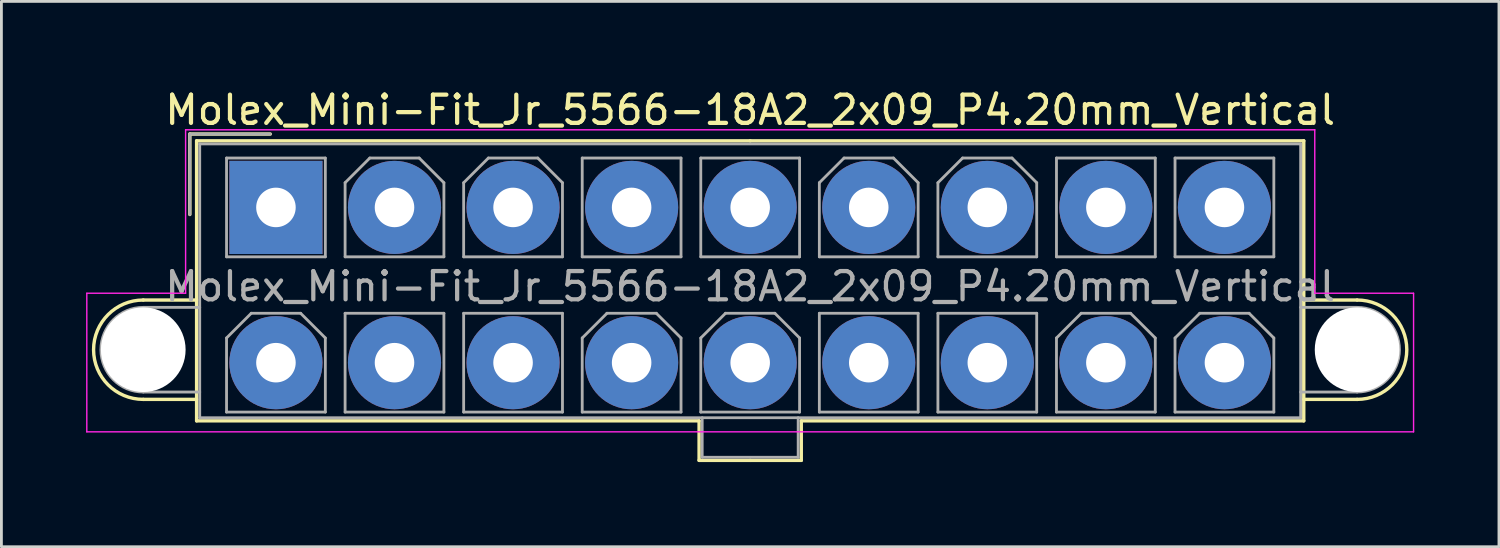
<source format=kicad_pcb>
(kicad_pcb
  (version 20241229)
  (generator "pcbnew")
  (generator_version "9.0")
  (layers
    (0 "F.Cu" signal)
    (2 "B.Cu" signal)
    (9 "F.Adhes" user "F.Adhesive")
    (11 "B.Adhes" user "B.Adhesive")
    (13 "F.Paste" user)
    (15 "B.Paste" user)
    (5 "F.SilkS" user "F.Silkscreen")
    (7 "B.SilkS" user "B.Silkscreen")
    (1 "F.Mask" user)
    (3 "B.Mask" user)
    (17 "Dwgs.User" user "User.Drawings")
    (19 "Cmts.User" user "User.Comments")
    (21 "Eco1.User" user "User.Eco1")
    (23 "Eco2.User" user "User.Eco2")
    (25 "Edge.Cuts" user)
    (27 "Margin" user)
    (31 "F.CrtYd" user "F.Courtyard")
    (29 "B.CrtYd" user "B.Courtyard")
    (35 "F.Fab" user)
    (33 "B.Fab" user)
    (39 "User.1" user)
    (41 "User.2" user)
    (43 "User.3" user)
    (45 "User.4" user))
  (footprint "Molex_Mini-Fit_Jr_5566-18A2_2x09_P4.20mm_Vertical"
    (layer "F.Cu")
    (at 6.725 4.298)
    (property "Reference" "Molex_Mini-Fit_Jr_5566-18A2_2x09_P4.20mm_Vertical" (at 16.8 -3.45 0) (layer "F.SilkS") (effects (font (size 1 1) (thickness 0.15))))
    (attr through_hole)
    (fp_line (start -4.7 3.28) (end -2.81 3.28) (stroke (width 0.12) (type solid)) (layer "F.SilkS"))
    (fp_line (start -4.7 6.8) (end -2.81 6.8) (stroke (width 0.12) (type solid)) (layer "F.SilkS"))
    (fp_line (start -3.05 -2.6) (end -3.05 0.25) (stroke (width 0.12) (type solid)) (layer "F.SilkS"))
    (fp_line (start -2.81 -2.36) (end -2.81 7.56) (stroke (width 0.12) (type solid)) (layer "F.SilkS"))
    (fp_line (start -2.81 7.56) (end 14.99 7.56) (stroke (width 0.12) (type solid)) (layer "F.SilkS"))
    (fp_line (start -0.2 -2.6) (end -3.05 -2.6) (stroke (width 0.12) (type solid)) (layer "F.SilkS"))
    (fp_line (start 14.99 7.56) (end 14.99 8.96) (stroke (width 0.12) (type solid)) (layer "F.SilkS"))
    (fp_line (start 14.99 8.96) (end 16.8 8.96) (stroke (width 0.12) (type solid)) (layer "F.SilkS"))
    (fp_line (start 16.8 -2.36) (end -2.81 -2.36) (stroke (width 0.12) (type solid)) (layer "F.SilkS"))
    (fp_line (start 16.8 -2.36) (end 36.41 -2.36) (stroke (width 0.12) (type solid)) (layer "F.SilkS"))
    (fp_line (start 18.61 7.56) (end 18.61 8.96) (stroke (width 0.12) (type solid)) (layer "F.SilkS"))
    (fp_line (start 18.61 8.96) (end 16.8 8.96) (stroke (width 0.12) (type solid)) (layer "F.SilkS"))
    (fp_line (start 36.41 -2.36) (end 36.41 7.56) (stroke (width 0.12) (type solid)) (layer "F.SilkS"))
    (fp_line (start 36.41 7.56) (end 18.61 7.56) (stroke (width 0.12) (type solid)) (layer "F.SilkS"))
    (fp_line (start 38.3 3.28) (end 36.41 3.28) (stroke (width 0.12) (type solid)) (layer "F.SilkS"))
    (fp_line (start 38.3 6.8) (end 36.41 6.8) (stroke (width 0.12) (type solid)) (layer "F.SilkS"))
    (fp_arc (start -4.7 6.8) (mid -6.46 5.04) (end -4.7 3.28) (stroke (width 0.12) (type solid)) (layer "F.SilkS"))
    (fp_arc (start 38.3 3.28) (mid 40.06 5.04) (end 38.3 6.8) (stroke (width 0.12) (type solid)) (layer "F.SilkS"))
    (fp_line (start -6.7 3.04) (end -6.7 7.95) (stroke (width 0.05) (type solid)) (layer "F.CrtYd"))
    (fp_line (start -6.7 7.95) (end 40.3 7.95) (stroke (width 0.05) (type solid)) (layer "F.CrtYd"))
    (fp_line (start -3.2 -2.75) (end -3.2 3.04) (stroke (width 0.05) (type solid)) (layer "F.CrtYd"))
    (fp_line (start -3.2 3.04) (end -6.7 3.04) (stroke (width 0.05) (type solid)) (layer "F.CrtYd"))
    (fp_line (start 36.8 -2.75) (end -3.2 -2.75) (stroke (width 0.05) (type solid)) (layer "F.CrtYd"))
    (fp_line (start 36.8 3.04) (end 36.8 -2.75) (stroke (width 0.05) (type solid)) (layer "F.CrtYd"))
    (fp_line (start 40.3 3.04) (end 36.8 3.04) (stroke (width 0.05) (type solid)) (layer "F.CrtYd"))
    (fp_line (start 40.3 7.95) (end 40.3 3.04) (stroke (width 0.05) (type solid)) (layer "F.CrtYd"))
    (fp_line (start -4.7 3.54) (end -2.7 3.54) (stroke (width 0.1) (type solid)) (layer "F.Fab"))
    (fp_line (start -4.7 6.54) (end -2.7 6.54) (stroke (width 0.1) (type solid)) (layer "F.Fab"))
    (fp_line (start -3.05 -2.6) (end -3.05 0.25) (stroke (width 0.1) (type solid)) (layer "F.Fab"))
    (fp_line (start -2.7 -2.25) (end -2.7 7.45) (stroke (width 0.1) (type solid)) (layer "F.Fab"))
    (fp_line (start -2.7 7.45) (end 36.3 7.45) (stroke (width 0.1) (type solid)) (layer "F.Fab"))
    (fp_line (start -1.75 -1.75) (end -1.75 1.75) (stroke (width 0.1) (type solid)) (layer "F.Fab"))
    (fp_line (start -1.75 1.75) (end 1.75 1.75) (stroke (width 0.1) (type solid)) (layer "F.Fab"))
    (fp_line (start -1.75 4.625) (end -0.875 3.75) (stroke (width 0.1) (type solid)) (layer "F.Fab"))
    (fp_line (start -1.75 7.25) (end -1.75 4.625) (stroke (width 0.1) (type solid)) (layer "F.Fab"))
    (fp_line (start -0.875 3.75) (end 0.875 3.75) (stroke (width 0.1) (type solid)) (layer "F.Fab"))
    (fp_line (start -0.2 -2.6) (end -3.05 -2.6) (stroke (width 0.1) (type solid)) (layer "F.Fab"))
    (fp_line (start 0.875 3.75) (end 1.75 4.625) (stroke (width 0.1) (type solid)) (layer "F.Fab"))
    (fp_line (start 1.75 -1.75) (end -1.75 -1.75) (stroke (width 0.1) (type solid)) (layer "F.Fab"))
    (fp_line (start 1.75 1.75) (end 1.75 -1.75) (stroke (width 0.1) (type solid)) (layer "F.Fab"))
    (fp_line (start 1.75 4.625) (end 1.75 7.25) (stroke (width 0.1) (type solid)) (layer "F.Fab"))
    (fp_line (start 1.75 7.25) (end -1.75 7.25) (stroke (width 0.1) (type solid)) (layer "F.Fab"))
    (fp_line (start 2.45 -0.875) (end 3.325 -1.75) (stroke (width 0.1) (type solid)) (layer "F.Fab"))
    (fp_line (start 2.45 1.75) (end 2.45 -0.875) (stroke (width 0.1) (type solid)) (layer "F.Fab"))
    (fp_line (start 2.45 3.75) (end 2.45 7.25) (stroke (width 0.1) (type solid)) (layer "F.Fab"))
    (fp_line (start 2.45 7.25) (end 5.95 7.25) (stroke (width 0.1) (type solid)) (layer "F.Fab"))
    (fp_line (start 3.325 -1.75) (end 5.075 -1.75) (stroke (width 0.1) (type solid)) (layer "F.Fab"))
    (fp_line (start 5.075 -1.75) (end 5.95 -0.875) (stroke (width 0.1) (type solid)) (layer "F.Fab"))
    (fp_line (start 5.95 -0.875) (end 5.95 1.75) (stroke (width 0.1) (type solid)) (layer "F.Fab"))
    (fp_line (start 5.95 1.75) (end 2.45 1.75) (stroke (width 0.1) (type solid)) (layer "F.Fab"))
    (fp_line (start 5.95 3.75) (end 2.45 3.75) (stroke (width 0.1) (type solid)) (layer "F.Fab"))
    (fp_line (start 5.95 7.25) (end 5.95 3.75) (stroke (width 0.1) (type solid)) (layer "F.Fab"))
    (fp_line (start 6.65 -0.875) (end 7.525 -1.75) (stroke (width 0.1) (type solid)) (layer "F.Fab"))
    (fp_line (start 6.65 1.75) (end 6.65 -0.875) (stroke (width 0.1) (type solid)) (layer "F.Fab"))
    (fp_line (start 6.65 3.75) (end 6.65 7.25) (stroke (width 0.1) (type solid)) (layer "F.Fab"))
    (fp_line (start 6.65 7.25) (end 10.15 7.25) (stroke (width 0.1) (type solid)) (layer "F.Fab"))
    (fp_line (start 7.525 -1.75) (end 9.275 -1.75) (stroke (width 0.1) (type solid)) (layer "F.Fab"))
    (fp_line (start 9.275 -1.75) (end 10.15 -0.875) (stroke (width 0.1) (type solid)) (layer "F.Fab"))
    (fp_line (start 10.15 -0.875) (end 10.15 1.75) (stroke (width 0.1) (type solid)) (layer "F.Fab"))
    (fp_line (start 10.15 1.75) (end 6.65 1.75) (stroke (width 0.1) (type solid)) (layer "F.Fab"))
    (fp_line (start 10.15 3.75) (end 6.65 3.75) (stroke (width 0.1) (type solid)) (layer "F.Fab"))
    (fp_line (start 10.15 7.25) (end 10.15 3.75) (stroke (width 0.1) (type solid)) (layer "F.Fab"))
    (fp_line (start 10.85 -1.75) (end 10.85 1.75) (stroke (width 0.1) (type solid)) (layer "F.Fab"))
    (fp_line (start 10.85 1.75) (end 14.35 1.75) (stroke (width 0.1) (type solid)) (layer "F.Fab"))
    (fp_line (start 10.85 4.625) (end 11.725 3.75) (stroke (width 0.1) (type solid)) (layer "F.Fab"))
    (fp_line (start 10.85 7.25) (end 10.85 4.625) (stroke (width 0.1) (type solid)) (layer "F.Fab"))
    (fp_line (start 11.725 3.75) (end 13.475 3.75) (stroke (width 0.1) (type solid)) (layer "F.Fab"))
    (fp_line (start 13.475 3.75) (end 14.35 4.625) (stroke (width 0.1) (type solid)) (layer "F.Fab"))
    (fp_line (start 14.35 -1.75) (end 10.85 -1.75) (stroke (width 0.1) (type solid)) (layer "F.Fab"))
    (fp_line (start 14.35 1.75) (end 14.35 -1.75) (stroke (width 0.1) (type solid)) (layer "F.Fab"))
    (fp_line (start 14.35 4.625) (end 14.35 7.25) (stroke (width 0.1) (type solid)) (layer "F.Fab"))
    (fp_line (start 14.35 7.25) (end 10.85 7.25) (stroke (width 0.1) (type solid)) (layer "F.Fab"))
    (fp_line (start 15.05 -1.75) (end 15.05 1.75) (stroke (width 0.1) (type solid)) (layer "F.Fab"))
    (fp_line (start 15.05 1.75) (end 18.55 1.75) (stroke (width 0.1) (type solid)) (layer "F.Fab"))
    (fp_line (start 15.05 4.625) (end 15.925 3.75) (stroke (width 0.1) (type solid)) (layer "F.Fab"))
    (fp_line (start 15.05 7.25) (end 15.05 4.625) (stroke (width 0.1) (type solid)) (layer "F.Fab"))
    (fp_line (start 15.1 7.45) (end 15.1 8.85) (stroke (width 0.1) (type solid)) (layer "F.Fab"))
    (fp_line (start 15.1 8.85) (end 18.5 8.85) (stroke (width 0.1) (type solid)) (layer "F.Fab"))
    (fp_line (start 15.925 3.75) (end 17.675 3.75) (stroke (width 0.1) (type solid)) (layer "F.Fab"))
    (fp_line (start 17.675 3.75) (end 18.55 4.625) (stroke (width 0.1) (type solid)) (layer "F.Fab"))
    (fp_line (start 18.5 8.85) (end 18.5 7.45) (stroke (width 0.1) (type solid)) (layer "F.Fab"))
    (fp_line (start 18.55 -1.75) (end 15.05 -1.75) (stroke (width 0.1) (type solid)) (layer "F.Fab"))
    (fp_line (start 18.55 1.75) (end 18.55 -1.75) (stroke (width 0.1) (type solid)) (layer "F.Fab"))
    (fp_line (start 18.55 4.625) (end 18.55 7.25) (stroke (width 0.1) (type solid)) (layer "F.Fab"))
    (fp_line (start 18.55 7.25) (end 15.05 7.25) (stroke (width 0.1) (type solid)) (layer "F.Fab"))
    (fp_line (start 19.25 -0.875) (end 20.125 -1.75) (stroke (width 0.1) (type solid)) (layer "F.Fab"))
    (fp_line (start 19.25 1.75) (end 19.25 -0.875) (stroke (width 0.1) (type solid)) (layer "F.Fab"))
    (fp_line (start 19.25 3.75) (end 19.25 7.25) (stroke (width 0.1) (type solid)) (layer "F.Fab"))
    (fp_line (start 19.25 7.25) (end 22.75 7.25) (stroke (width 0.1) (type solid)) (layer "F.Fab"))
    (fp_line (start 20.125 -1.75) (end 21.875 -1.75) (stroke (width 0.1) (type solid)) (layer "F.Fab"))
    (fp_line (start 21.875 -1.75) (end 22.75 -0.875) (stroke (width 0.1) (type solid)) (layer "F.Fab"))
    (fp_line (start 22.75 -0.875) (end 22.75 1.75) (stroke (width 0.1) (type solid)) (layer "F.Fab"))
    (fp_line (start 22.75 1.75) (end 19.25 1.75) (stroke (width 0.1) (type solid)) (layer "F.Fab"))
    (fp_line (start 22.75 3.75) (end 19.25 3.75) (stroke (width 0.1) (type solid)) (layer "F.Fab"))
    (fp_line (start 22.75 7.25) (end 22.75 3.75) (stroke (width 0.1) (type solid)) (layer "F.Fab"))
    (fp_line (start 23.45 -0.875) (end 24.325 -1.75) (stroke (width 0.1) (type solid)) (layer "F.Fab"))
    (fp_line (start 23.45 1.75) (end 23.45 -0.875) (stroke (width 0.1) (type solid)) (layer "F.Fab"))
    (fp_line (start 23.45 3.75) (end 23.45 7.25) (stroke (width 0.1) (type solid)) (layer "F.Fab"))
    (fp_line (start 23.45 7.25) (end 26.95 7.25) (stroke (width 0.1) (type solid)) (layer "F.Fab"))
    (fp_line (start 24.325 -1.75) (end 26.075 -1.75) (stroke (width 0.1) (type solid)) (layer "F.Fab"))
    (fp_line (start 26.075 -1.75) (end 26.95 -0.875) (stroke (width 0.1) (type solid)) (layer "F.Fab"))
    (fp_line (start 26.95 -0.875) (end 26.95 1.75) (stroke (width 0.1) (type solid)) (layer "F.Fab"))
    (fp_line (start 26.95 1.75) (end 23.45 1.75) (stroke (width 0.1) (type solid)) (layer "F.Fab"))
    (fp_line (start 26.95 3.75) (end 23.45 3.75) (stroke (width 0.1) (type solid)) (layer "F.Fab"))
    (fp_line (start 26.95 7.25) (end 26.95 3.75) (stroke (width 0.1) (type solid)) (layer "F.Fab"))
    (fp_line (start 27.65 -1.75) (end 27.65 1.75) (stroke (width 0.1) (type solid)) (layer "F.Fab"))
    (fp_line (start 27.65 1.75) (end 31.15 1.75) (stroke (width 0.1) (type solid)) (layer "F.Fab"))
    (fp_line (start 27.65 4.625) (end 28.525 3.75) (stroke (width 0.1) (type solid)) (layer "F.Fab"))
    (fp_line (start 27.65 7.25) (end 27.65 4.625) (stroke (width 0.1) (type solid)) (layer "F.Fab"))
    (fp_line (start 28.525 3.75) (end 30.275 3.75) (stroke (width 0.1) (type solid)) (layer "F.Fab"))
    (fp_line (start 30.275 3.75) (end 31.15 4.625) (stroke (width 0.1) (type solid)) (layer "F.Fab"))
    (fp_line (start 31.15 -1.75) (end 27.65 -1.75) (stroke (width 0.1) (type solid)) (layer "F.Fab"))
    (fp_line (start 31.15 1.75) (end 31.15 -1.75) (stroke (width 0.1) (type solid)) (layer "F.Fab"))
    (fp_line (start 31.15 4.625) (end 31.15 7.25) (stroke (width 0.1) (type solid)) (layer "F.Fab"))
    (fp_line (start 31.15 7.25) (end 27.65 7.25) (stroke (width 0.1) (type solid)) (layer "F.Fab"))
    (fp_line (start 31.85 -1.75) (end 31.85 1.75) (stroke (width 0.1) (type solid)) (layer "F.Fab"))
    (fp_line (start 31.85 1.75) (end 35.35 1.75) (stroke (width 0.1) (type solid)) (layer "F.Fab"))
    (fp_line (start 31.85 4.625) (end 32.725 3.75) (stroke (width 0.1) (type solid)) (layer "F.Fab"))
    (fp_line (start 31.85 7.25) (end 31.85 4.625) (stroke (width 0.1) (type solid)) (layer "F.Fab"))
    (fp_line (start 32.725 3.75) (end 34.475 3.75) (stroke (width 0.1) (type solid)) (layer "F.Fab"))
    (fp_line (start 34.475 3.75) (end 35.35 4.625) (stroke (width 0.1) (type solid)) (layer "F.Fab"))
    (fp_line (start 35.35 -1.75) (end 31.85 -1.75) (stroke (width 0.1) (type solid)) (layer "F.Fab"))
    (fp_line (start 35.35 1.75) (end 35.35 -1.75) (stroke (width 0.1) (type solid)) (layer "F.Fab"))
    (fp_line (start 35.35 4.625) (end 35.35 7.25) (stroke (width 0.1) (type solid)) (layer "F.Fab"))
    (fp_line (start 35.35 7.25) (end 31.85 7.25) (stroke (width 0.1) (type solid)) (layer "F.Fab"))
    (fp_line (start 36.3 -2.25) (end -2.7 -2.25) (stroke (width 0.1) (type solid)) (layer "F.Fab"))
    (fp_line (start 36.3 7.45) (end 36.3 -2.25) (stroke (width 0.1) (type solid)) (layer "F.Fab"))
    (fp_line (start 38.3 3.54) (end 36.3 3.54) (stroke (width 0.1) (type solid)) (layer "F.Fab"))
    (fp_line (start 38.3 6.54) (end 36.3 6.54) (stroke (width 0.1) (type solid)) (layer "F.Fab"))
    (fp_arc (start -4.7 6.54) (mid -6.2 5.04) (end -4.7 3.54) (stroke (width 0.1) (type solid)) (layer "F.Fab"))
    (fp_arc (start 38.3 3.54) (mid 39.8 5.04) (end 38.3 6.54) (stroke (width 0.1) (type solid)) (layer "F.Fab"))
    (fp_text user "${REFERENCE}" (at 16.8 2.8 0) (layer "F.Fab") (effects (font (size 1 1) (thickness 0.15))))
    (pad "" np_thru_hole circle (at -4.7 5.04) (size 3 3) (drill 3) (layers "*.Cu" "*.Mask"))
    (pad "" np_thru_hole circle (at 38.3 5.04) (size 3 3) (drill 3) (layers "*.Cu" "*.Mask"))
    (pad "1" thru_hole rect (at 0 0) (size 3.3 3.3) (drill 1.4) (layers "*.Cu" "*.Mask"))
    (pad "2" thru_hole circle (at 4.2 0) (size 3.3 3.3) (drill 1.4) (layers "*.Cu" "*.Mask"))
    (pad "3" thru_hole circle (at 8.4 0) (size 3.3 3.3) (drill 1.4) (layers "*.Cu" "*.Mask"))
    (pad "4" thru_hole circle (at 12.6 0) (size 3.3 3.3) (drill 1.4) (layers "*.Cu" "*.Mask"))
    (pad "5" thru_hole circle (at 16.8 0) (size 3.3 3.3) (drill 1.4) (layers "*.Cu" "*.Mask"))
    (pad "6" thru_hole circle (at 21 0) (size 3.3 3.3) (drill 1.4) (layers "*.Cu" "*.Mask"))
    (pad "7" thru_hole circle (at 25.2 0) (size 3.3 3.3) (drill 1.4) (layers "*.Cu" "*.Mask"))
    (pad "8" thru_hole circle (at 29.4 0) (size 3.3 3.3) (drill 1.4) (layers "*.Cu" "*.Mask"))
    (pad "9" thru_hole circle (at 33.6 0) (size 3.3 3.3) (drill 1.4) (layers "*.Cu" "*.Mask"))
    (pad "10" thru_hole circle (at 0 5.5) (size 3.3 3.3) (drill 1.4) (layers "*.Cu" "*.Mask"))
    (pad "11" thru_hole circle (at 4.2 5.5) (size 3.3 3.3) (drill 1.4) (layers "*.Cu" "*.Mask"))
    (pad "12" thru_hole circle (at 8.4 5.5) (size 3.3 3.3) (drill 1.4) (layers "*.Cu" "*.Mask"))
    (pad "13" thru_hole circle (at 12.6 5.5) (size 3.3 3.3) (drill 1.4) (layers "*.Cu" "*.Mask"))
    (pad "14" thru_hole circle (at 16.8 5.5) (size 3.3 3.3) (drill 1.4) (layers "*.Cu" "*.Mask"))
    (pad "15" thru_hole circle (at 21 5.5) (size 3.3 3.3) (drill 1.4) (layers "*.Cu" "*.Mask"))
    (pad "16" thru_hole circle (at 25.2 5.5) (size 3.3 3.3) (drill 1.4) (layers "*.Cu" "*.Mask"))
    (pad "17" thru_hole circle (at 29.4 5.5) (size 3.3 3.3) (drill 1.4) (layers "*.Cu" "*.Mask"))
    (pad "18" thru_hole circle (at 33.6 5.5) (size 3.3 3.3) (drill 1.4) (layers "*.Cu" "*.Mask")))
  (gr_rect
    (start -3 -3)
    (end 50.05 16.318)
    (stroke (width 0.1) (type default))
    (fill no)
    (layer "Edge.Cuts")))
</source>
